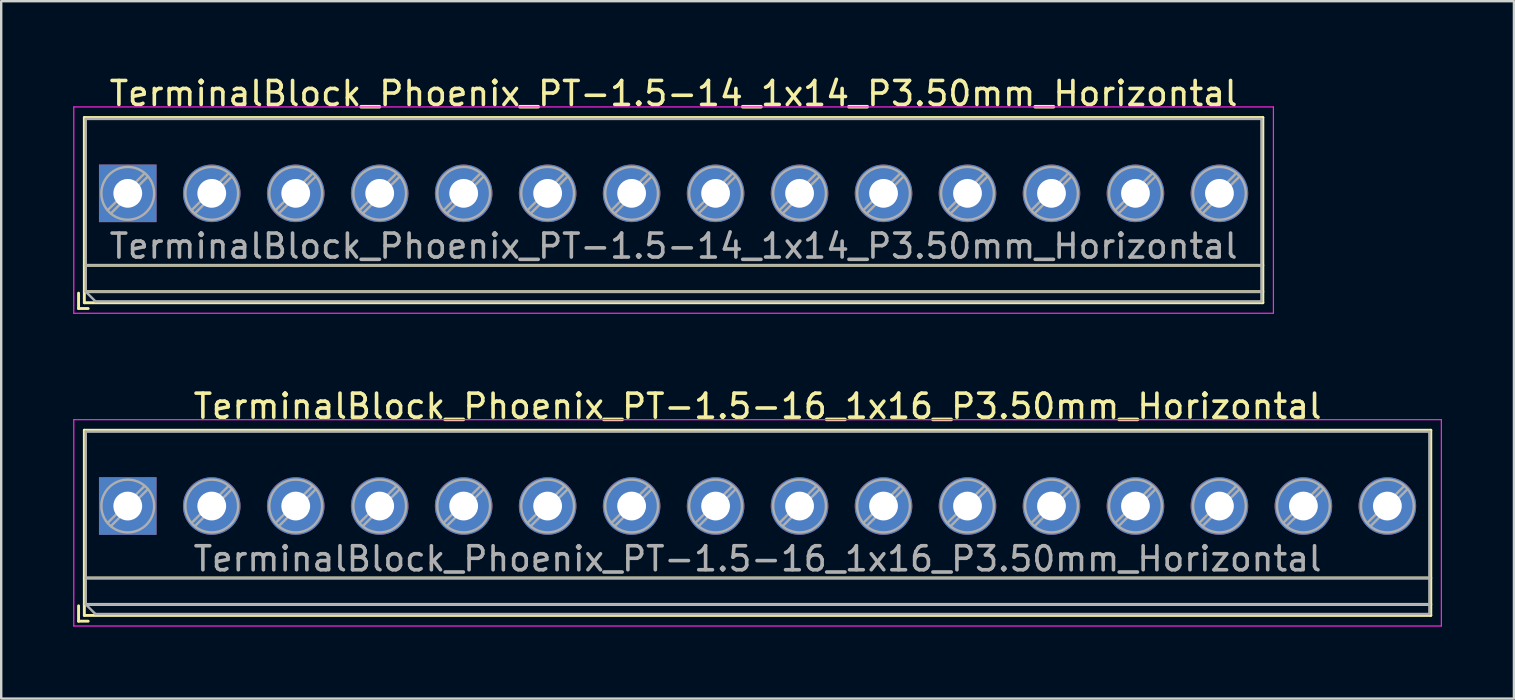
<source format=kicad_pcb>
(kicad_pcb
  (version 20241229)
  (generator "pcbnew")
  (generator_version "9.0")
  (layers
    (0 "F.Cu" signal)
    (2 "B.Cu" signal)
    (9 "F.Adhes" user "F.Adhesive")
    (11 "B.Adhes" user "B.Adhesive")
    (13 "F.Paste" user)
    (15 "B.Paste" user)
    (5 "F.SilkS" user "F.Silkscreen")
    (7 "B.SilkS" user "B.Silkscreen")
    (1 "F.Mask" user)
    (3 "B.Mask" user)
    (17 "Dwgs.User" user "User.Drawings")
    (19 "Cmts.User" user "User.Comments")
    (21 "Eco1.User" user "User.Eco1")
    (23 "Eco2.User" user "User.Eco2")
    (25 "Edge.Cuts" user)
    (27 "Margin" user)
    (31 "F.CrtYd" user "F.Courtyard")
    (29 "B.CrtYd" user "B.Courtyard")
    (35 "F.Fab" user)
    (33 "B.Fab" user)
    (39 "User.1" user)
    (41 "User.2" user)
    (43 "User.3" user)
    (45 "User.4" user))
  (footprint "TerminalBlock_Phoenix_PT-1.5-14_1x14_P3.50mm_Horizontal"
    (layer "F.Cu")
    (at 2.275 5.008)
    (property "Reference" "TerminalBlock_Phoenix_PT-1.5-14_1x14_P3.50mm_Horizontal" (at 22.75 -4.16 0) (layer "F.SilkS") (effects (font (size 1 1) (thickness 0.15))))
    (attr through_hole)
    (fp_line (start -2.05 4.16) (end -2.05 4.8) (stroke (width 0.12) (type solid)) (layer "F.SilkS"))
    (fp_line (start -2.05 4.8) (end -1.65 4.8) (stroke (width 0.12) (type solid)) (layer "F.SilkS"))
    (fp_line (start -1.81 -3.16) (end -1.81 4.56) (stroke (width 0.12) (type solid)) (layer "F.SilkS"))
    (fp_line (start -1.81 -3.16) (end 47.31 -3.16) (stroke (width 0.12) (type solid)) (layer "F.SilkS"))
    (fp_line (start -1.81 3) (end 47.31 3) (stroke (width 0.12) (type solid)) (layer "F.SilkS"))
    (fp_line (start -1.81 4.1) (end 47.31 4.1) (stroke (width 0.12) (type solid)) (layer "F.SilkS"))
    (fp_line (start -1.81 4.56) (end 47.31 4.56) (stroke (width 0.12) (type solid)) (layer "F.SilkS"))
    (fp_line (start 47.31 -3.16) (end 47.31 4.56) (stroke (width 0.12) (type solid)) (layer "F.SilkS"))
    (fp_line (start -2.25 -3.6) (end -2.25 5) (stroke (width 0.05) (type solid)) (layer "F.CrtYd"))
    (fp_line (start -2.25 5) (end 47.75 5) (stroke (width 0.05) (type solid)) (layer "F.CrtYd"))
    (fp_line (start 47.75 -3.6) (end -2.25 -3.6) (stroke (width 0.05) (type solid)) (layer "F.CrtYd"))
    (fp_line (start 47.75 5) (end 47.75 -3.6) (stroke (width 0.05) (type solid)) (layer "F.CrtYd"))
    (fp_line (start -1.75 -3.1) (end 47.25 -3.1) (stroke (width 0.1) (type solid)) (layer "F.Fab"))
    (fp_line (start -1.75 3) (end 47.25 3) (stroke (width 0.1) (type solid)) (layer "F.Fab"))
    (fp_line (start -1.75 4.1) (end -1.75 -3.1) (stroke (width 0.1) (type solid)) (layer "F.Fab"))
    (fp_line (start -1.75 4.1) (end 47.25 4.1) (stroke (width 0.1) (type solid)) (layer "F.Fab"))
    (fp_line (start -1.35 4.5) (end -1.75 4.1) (stroke (width 0.1) (type solid)) (layer "F.Fab"))
    (fp_line (start 0.701 -0.835) (end -0.835 0.7) (stroke (width 0.1) (type solid)) (layer "F.Fab"))
    (fp_line (start 0.835 -0.7) (end -0.701 0.835) (stroke (width 0.1) (type solid)) (layer "F.Fab"))
    (fp_line (start 4.201 -0.835) (end 2.666 0.7) (stroke (width 0.1) (type solid)) (layer "F.Fab"))
    (fp_line (start 4.335 -0.7) (end 2.8 0.835) (stroke (width 0.1) (type solid)) (layer "F.Fab"))
    (fp_line (start 7.701 -0.835) (end 6.166 0.7) (stroke (width 0.1) (type solid)) (layer "F.Fab"))
    (fp_line (start 7.835 -0.7) (end 6.3 0.835) (stroke (width 0.1) (type solid)) (layer "F.Fab"))
    (fp_line (start 11.201 -0.835) (end 9.666 0.7) (stroke (width 0.1) (type solid)) (layer "F.Fab"))
    (fp_line (start 11.335 -0.7) (end 9.8 0.835) (stroke (width 0.1) (type solid)) (layer "F.Fab"))
    (fp_line (start 14.701 -0.835) (end 13.166 0.7) (stroke (width 0.1) (type solid)) (layer "F.Fab"))
    (fp_line (start 14.835 -0.7) (end 13.3 0.835) (stroke (width 0.1) (type solid)) (layer "F.Fab"))
    (fp_line (start 18.201 -0.835) (end 16.666 0.7) (stroke (width 0.1) (type solid)) (layer "F.Fab"))
    (fp_line (start 18.335 -0.7) (end 16.8 0.835) (stroke (width 0.1) (type solid)) (layer "F.Fab"))
    (fp_line (start 21.701 -0.835) (end 20.166 0.7) (stroke (width 0.1) (type solid)) (layer "F.Fab"))
    (fp_line (start 21.835 -0.7) (end 20.3 0.835) (stroke (width 0.1) (type solid)) (layer "F.Fab"))
    (fp_line (start 25.201 -0.835) (end 23.666 0.7) (stroke (width 0.1) (type solid)) (layer "F.Fab"))
    (fp_line (start 25.335 -0.7) (end 23.8 0.835) (stroke (width 0.1) (type solid)) (layer "F.Fab"))
    (fp_line (start 28.701 -0.835) (end 27.166 0.7) (stroke (width 0.1) (type solid)) (layer "F.Fab"))
    (fp_line (start 28.835 -0.7) (end 27.3 0.835) (stroke (width 0.1) (type solid)) (layer "F.Fab"))
    (fp_line (start 32.201 -0.835) (end 30.666 0.7) (stroke (width 0.1) (type solid)) (layer "F.Fab"))
    (fp_line (start 32.335 -0.7) (end 30.8 0.835) (stroke (width 0.1) (type solid)) (layer "F.Fab"))
    (fp_line (start 35.701 -0.835) (end 34.166 0.7) (stroke (width 0.1) (type solid)) (layer "F.Fab"))
    (fp_line (start 35.835 -0.7) (end 34.3 0.835) (stroke (width 0.1) (type solid)) (layer "F.Fab"))
    (fp_line (start 39.201 -0.835) (end 37.666 0.7) (stroke (width 0.1) (type solid)) (layer "F.Fab"))
    (fp_line (start 39.335 -0.7) (end 37.8 0.835) (stroke (width 0.1) (type solid)) (layer "F.Fab"))
    (fp_line (start 42.701 -0.835) (end 41.166 0.7) (stroke (width 0.1) (type solid)) (layer "F.Fab"))
    (fp_line (start 42.835 -0.7) (end 41.3 0.835) (stroke (width 0.1) (type solid)) (layer "F.Fab"))
    (fp_line (start 46.201 -0.835) (end 44.666 0.7) (stroke (width 0.1) (type solid)) (layer "F.Fab"))
    (fp_line (start 46.335 -0.7) (end 44.8 0.835) (stroke (width 0.1) (type solid)) (layer "F.Fab"))
    (fp_line (start 47.25 -3.1) (end 47.25 4.5) (stroke (width 0.1) (type solid)) (layer "F.Fab"))
    (fp_line (start 47.25 4.5) (end -1.35 4.5) (stroke (width 0.1) (type solid)) (layer "F.Fab"))
    (fp_circle (center 0 0) (end 1.1 0) (stroke (width 0.1) (type solid)) (fill no) (layer "F.Fab"))
    (fp_circle (center 3.5 0) (end 4.6 0) (stroke (width 0.1) (type solid)) (fill no) (layer "F.Fab"))
    (fp_circle (center 7 0) (end 8.1 0) (stroke (width 0.1) (type solid)) (fill no) (layer "F.Fab"))
    (fp_circle (center 10.5 0) (end 11.6 0) (stroke (width 0.1) (type solid)) (fill no) (layer "F.Fab"))
    (fp_circle (center 14 0) (end 15.1 0) (stroke (width 0.1) (type solid)) (fill no) (layer "F.Fab"))
    (fp_circle (center 17.5 0) (end 18.6 0) (stroke (width 0.1) (type solid)) (fill no) (layer "F.Fab"))
    (fp_circle (center 21 0) (end 22.1 0) (stroke (width 0.1) (type solid)) (fill no) (layer "F.Fab"))
    (fp_circle (center 24.5 0) (end 25.6 0) (stroke (width 0.1) (type solid)) (fill no) (layer "F.Fab"))
    (fp_circle (center 28 0) (end 29.1 0) (stroke (width 0.1) (type solid)) (fill no) (layer "F.Fab"))
    (fp_circle (center 31.5 0) (end 32.6 0) (stroke (width 0.1) (type solid)) (fill no) (layer "F.Fab"))
    (fp_circle (center 35 0) (end 36.1 0) (stroke (width 0.1) (type solid)) (fill no) (layer "F.Fab"))
    (fp_circle (center 38.5 0) (end 39.6 0) (stroke (width 0.1) (type solid)) (fill no) (layer "F.Fab"))
    (fp_circle (center 42 0) (end 43.1 0) (stroke (width 0.1) (type solid)) (fill no) (layer "F.Fab"))
    (fp_circle (center 45.5 0) (end 46.6 0) (stroke (width 0.1) (type solid)) (fill no) (layer "F.Fab"))
    (fp_text user "${REFERENCE}" (at 22.75 2.2 0) (layer "F.Fab") (effects (font (size 1 1) (thickness 0.15))))
    (pad "1" thru_hole rect (at 0 0) (size 2.4 2.4) (drill 1.2) (layers "*.Cu" "*.Mask"))
    (pad "2" thru_hole circle (at 3.5 0) (size 2.4 2.4) (drill 1.2) (layers "*.Cu" "*.Mask"))
    (pad "3" thru_hole circle (at 7 0) (size 2.4 2.4) (drill 1.2) (layers "*.Cu" "*.Mask"))
    (pad "4" thru_hole circle (at 10.5 0) (size 2.4 2.4) (drill 1.2) (layers "*.Cu" "*.Mask"))
    (pad "5" thru_hole circle (at 14 0) (size 2.4 2.4) (drill 1.2) (layers "*.Cu" "*.Mask"))
    (pad "6" thru_hole circle (at 17.5 0) (size 2.4 2.4) (drill 1.2) (layers "*.Cu" "*.Mask"))
    (pad "7" thru_hole circle (at 21 0) (size 2.4 2.4) (drill 1.2) (layers "*.Cu" "*.Mask"))
    (pad "8" thru_hole circle (at 24.5 0) (size 2.4 2.4) (drill 1.2) (layers "*.Cu" "*.Mask"))
    (pad "9" thru_hole circle (at 28 0) (size 2.4 2.4) (drill 1.2) (layers "*.Cu" "*.Mask"))
    (pad "10" thru_hole circle (at 31.5 0) (size 2.4 2.4) (drill 1.2) (layers "*.Cu" "*.Mask"))
    (pad "11" thru_hole circle (at 35 0) (size 2.4 2.4) (drill 1.2) (layers "*.Cu" "*.Mask"))
    (pad "12" thru_hole circle (at 38.5 0) (size 2.4 2.4) (drill 1.2) (layers "*.Cu" "*.Mask"))
    (pad "13" thru_hole circle (at 42 0) (size 2.4 2.4) (drill 1.2) (layers "*.Cu" "*.Mask"))
    (pad "14" thru_hole circle (at 45.5 0) (size 2.4 2.4) (drill 1.2) (layers "*.Cu" "*.Mask")))
  (footprint "TerminalBlock_Phoenix_PT-1.5-16_1x16_P3.50mm_Horizontal"
    (layer "F.Cu")
    (at 2.275 18.041)
    (property "Reference" "TerminalBlock_Phoenix_PT-1.5-16_1x16_P3.50mm_Horizontal" (at 26.25 -4.16 0) (layer "F.SilkS") (effects (font (size 1 1) (thickness 0.15))))
    (attr through_hole)
    (fp_line (start -2.05 4.16) (end -2.05 4.8) (stroke (width 0.12) (type solid)) (layer "F.SilkS"))
    (fp_line (start -2.05 4.8) (end -1.65 4.8) (stroke (width 0.12) (type solid)) (layer "F.SilkS"))
    (fp_line (start -1.81 -3.16) (end -1.81 4.56) (stroke (width 0.12) (type solid)) (layer "F.SilkS"))
    (fp_line (start -1.81 -3.16) (end 54.31 -3.16) (stroke (width 0.12) (type solid)) (layer "F.SilkS"))
    (fp_line (start -1.81 3) (end 54.31 3) (stroke (width 0.12) (type solid)) (layer "F.SilkS"))
    (fp_line (start -1.81 4.1) (end 54.31 4.1) (stroke (width 0.12) (type solid)) (layer "F.SilkS"))
    (fp_line (start -1.81 4.56) (end 54.31 4.56) (stroke (width 0.12) (type solid)) (layer "F.SilkS"))
    (fp_line (start 54.31 -3.16) (end 54.31 4.56) (stroke (width 0.12) (type solid)) (layer "F.SilkS"))
    (fp_line (start -2.25 -3.6) (end -2.25 5) (stroke (width 0.05) (type solid)) (layer "F.CrtYd"))
    (fp_line (start -2.25 5) (end 54.75 5) (stroke (width 0.05) (type solid)) (layer "F.CrtYd"))
    (fp_line (start 54.75 -3.6) (end -2.25 -3.6) (stroke (width 0.05) (type solid)) (layer "F.CrtYd"))
    (fp_line (start 54.75 5) (end 54.75 -3.6) (stroke (width 0.05) (type solid)) (layer "F.CrtYd"))
    (fp_line (start -1.75 -3.1) (end 54.25 -3.1) (stroke (width 0.1) (type solid)) (layer "F.Fab"))
    (fp_line (start -1.75 3) (end 54.25 3) (stroke (width 0.1) (type solid)) (layer "F.Fab"))
    (fp_line (start -1.75 4.1) (end -1.75 -3.1) (stroke (width 0.1) (type solid)) (layer "F.Fab"))
    (fp_line (start -1.75 4.1) (end 54.25 4.1) (stroke (width 0.1) (type solid)) (layer "F.Fab"))
    (fp_line (start -1.35 4.5) (end -1.75 4.1) (stroke (width 0.1) (type solid)) (layer "F.Fab"))
    (fp_line (start 0.701 -0.835) (end -0.835 0.7) (stroke (width 0.1) (type solid)) (layer "F.Fab"))
    (fp_line (start 0.835 -0.7) (end -0.701 0.835) (stroke (width 0.1) (type solid)) (layer "F.Fab"))
    (fp_line (start 4.201 -0.835) (end 2.666 0.7) (stroke (width 0.1) (type solid)) (layer "F.Fab"))
    (fp_line (start 4.335 -0.7) (end 2.8 0.835) (stroke (width 0.1) (type solid)) (layer "F.Fab"))
    (fp_line (start 7.701 -0.835) (end 6.166 0.7) (stroke (width 0.1) (type solid)) (layer "F.Fab"))
    (fp_line (start 7.835 -0.7) (end 6.3 0.835) (stroke (width 0.1) (type solid)) (layer "F.Fab"))
    (fp_line (start 11.201 -0.835) (end 9.666 0.7) (stroke (width 0.1) (type solid)) (layer "F.Fab"))
    (fp_line (start 11.335 -0.7) (end 9.8 0.835) (stroke (width 0.1) (type solid)) (layer "F.Fab"))
    (fp_line (start 14.701 -0.835) (end 13.166 0.7) (stroke (width 0.1) (type solid)) (layer "F.Fab"))
    (fp_line (start 14.835 -0.7) (end 13.3 0.835) (stroke (width 0.1) (type solid)) (layer "F.Fab"))
    (fp_line (start 18.201 -0.835) (end 16.666 0.7) (stroke (width 0.1) (type solid)) (layer "F.Fab"))
    (fp_line (start 18.335 -0.7) (end 16.8 0.835) (stroke (width 0.1) (type solid)) (layer "F.Fab"))
    (fp_line (start 21.701 -0.835) (end 20.166 0.7) (stroke (width 0.1) (type solid)) (layer "F.Fab"))
    (fp_line (start 21.835 -0.7) (end 20.3 0.835) (stroke (width 0.1) (type solid)) (layer "F.Fab"))
    (fp_line (start 25.201 -0.835) (end 23.666 0.7) (stroke (width 0.1) (type solid)) (layer "F.Fab"))
    (fp_line (start 25.335 -0.7) (end 23.8 0.835) (stroke (width 0.1) (type solid)) (layer "F.Fab"))
    (fp_line (start 28.701 -0.835) (end 27.166 0.7) (stroke (width 0.1) (type solid)) (layer "F.Fab"))
    (fp_line (start 28.835 -0.7) (end 27.3 0.835) (stroke (width 0.1) (type solid)) (layer "F.Fab"))
    (fp_line (start 32.201 -0.835) (end 30.666 0.7) (stroke (width 0.1) (type solid)) (layer "F.Fab"))
    (fp_line (start 32.335 -0.7) (end 30.8 0.835) (stroke (width 0.1) (type solid)) (layer "F.Fab"))
    (fp_line (start 35.701 -0.835) (end 34.166 0.7) (stroke (width 0.1) (type solid)) (layer "F.Fab"))
    (fp_line (start 35.835 -0.7) (end 34.3 0.835) (stroke (width 0.1) (type solid)) (layer "F.Fab"))
    (fp_line (start 39.201 -0.835) (end 37.666 0.7) (stroke (width 0.1) (type solid)) (layer "F.Fab"))
    (fp_line (start 39.335 -0.7) (end 37.8 0.835) (stroke (width 0.1) (type solid)) (layer "F.Fab"))
    (fp_line (start 42.701 -0.835) (end 41.166 0.7) (stroke (width 0.1) (type solid)) (layer "F.Fab"))
    (fp_line (start 42.835 -0.7) (end 41.3 0.835) (stroke (width 0.1) (type solid)) (layer "F.Fab"))
    (fp_line (start 46.201 -0.835) (end 44.666 0.7) (stroke (width 0.1) (type solid)) (layer "F.Fab"))
    (fp_line (start 46.335 -0.7) (end 44.8 0.835) (stroke (width 0.1) (type solid)) (layer "F.Fab"))
    (fp_line (start 49.701 -0.835) (end 48.166 0.7) (stroke (width 0.1) (type solid)) (layer "F.Fab"))
    (fp_line (start 49.835 -0.7) (end 48.3 0.835) (stroke (width 0.1) (type solid)) (layer "F.Fab"))
    (fp_line (start 53.201 -0.835) (end 51.666 0.7) (stroke (width 0.1) (type solid)) (layer "F.Fab"))
    (fp_line (start 53.335 -0.7) (end 51.8 0.835) (stroke (width 0.1) (type solid)) (layer "F.Fab"))
    (fp_line (start 54.25 -3.1) (end 54.25 4.5) (stroke (width 0.1) (type solid)) (layer "F.Fab"))
    (fp_line (start 54.25 4.5) (end -1.35 4.5) (stroke (width 0.1) (type solid)) (layer "F.Fab"))
    (fp_circle (center 0 0) (end 1.1 0) (stroke (width 0.1) (type solid)) (fill no) (layer "F.Fab"))
    (fp_circle (center 3.5 0) (end 4.6 0) (stroke (width 0.1) (type solid)) (fill no) (layer "F.Fab"))
    (fp_circle (center 7 0) (end 8.1 0) (stroke (width 0.1) (type solid)) (fill no) (layer "F.Fab"))
    (fp_circle (center 10.5 0) (end 11.6 0) (stroke (width 0.1) (type solid)) (fill no) (layer "F.Fab"))
    (fp_circle (center 14 0) (end 15.1 0) (stroke (width 0.1) (type solid)) (fill no) (layer "F.Fab"))
    (fp_circle (center 17.5 0) (end 18.6 0) (stroke (width 0.1) (type solid)) (fill no) (layer "F.Fab"))
    (fp_circle (center 21 0) (end 22.1 0) (stroke (width 0.1) (type solid)) (fill no) (layer "F.Fab"))
    (fp_circle (center 24.5 0) (end 25.6 0) (stroke (width 0.1) (type solid)) (fill no) (layer "F.Fab"))
    (fp_circle (center 28 0) (end 29.1 0) (stroke (width 0.1) (type solid)) (fill no) (layer "F.Fab"))
    (fp_circle (center 31.5 0) (end 32.6 0) (stroke (width 0.1) (type solid)) (fill no) (layer "F.Fab"))
    (fp_circle (center 35 0) (end 36.1 0) (stroke (width 0.1) (type solid)) (fill no) (layer "F.Fab"))
    (fp_circle (center 38.5 0) (end 39.6 0) (stroke (width 0.1) (type solid)) (fill no) (layer "F.Fab"))
    (fp_circle (center 42 0) (end 43.1 0) (stroke (width 0.1) (type solid)) (fill no) (layer "F.Fab"))
    (fp_circle (center 45.5 0) (end 46.6 0) (stroke (width 0.1) (type solid)) (fill no) (layer "F.Fab"))
    (fp_circle (center 49 0) (end 50.1 0) (stroke (width 0.1) (type solid)) (fill no) (layer "F.Fab"))
    (fp_circle (center 52.5 0) (end 53.6 0) (stroke (width 0.1) (type solid)) (fill no) (layer "F.Fab"))
    (fp_text user "${REFERENCE}" (at 26.25 2.2 0) (layer "F.Fab") (effects (font (size 1 1) (thickness 0.15))))
    (pad "1" thru_hole rect (at 0 0) (size 2.4 2.4) (drill 1.2) (layers "*.Cu" "*.Mask"))
    (pad "2" thru_hole circle (at 3.5 0) (size 2.4 2.4) (drill 1.2) (layers "*.Cu" "*.Mask"))
    (pad "3" thru_hole circle (at 7 0) (size 2.4 2.4) (drill 1.2) (layers "*.Cu" "*.Mask"))
    (pad "4" thru_hole circle (at 10.5 0) (size 2.4 2.4) (drill 1.2) (layers "*.Cu" "*.Mask"))
    (pad "5" thru_hole circle (at 14 0) (size 2.4 2.4) (drill 1.2) (layers "*.Cu" "*.Mask"))
    (pad "6" thru_hole circle (at 17.5 0) (size 2.4 2.4) (drill 1.2) (layers "*.Cu" "*.Mask"))
    (pad "7" thru_hole circle (at 21 0) (size 2.4 2.4) (drill 1.2) (layers "*.Cu" "*.Mask"))
    (pad "8" thru_hole circle (at 24.5 0) (size 2.4 2.4) (drill 1.2) (layers "*.Cu" "*.Mask"))
    (pad "9" thru_hole circle (at 28 0) (size 2.4 2.4) (drill 1.2) (layers "*.Cu" "*.Mask"))
    (pad "10" thru_hole circle (at 31.5 0) (size 2.4 2.4) (drill 1.2) (layers "*.Cu" "*.Mask"))
    (pad "11" thru_hole circle (at 35 0) (size 2.4 2.4) (drill 1.2) (layers "*.Cu" "*.Mask"))
    (pad "12" thru_hole circle (at 38.5 0) (size 2.4 2.4) (drill 1.2) (layers "*.Cu" "*.Mask"))
    (pad "13" thru_hole circle (at 42 0) (size 2.4 2.4) (drill 1.2) (layers "*.Cu" "*.Mask"))
    (pad "14" thru_hole circle (at 45.5 0) (size 2.4 2.4) (drill 1.2) (layers "*.Cu" "*.Mask"))
    (pad "15" thru_hole circle (at 49 0) (size 2.4 2.4) (drill 1.2) (layers "*.Cu" "*.Mask"))
    (pad "16" thru_hole circle (at 52.5 0) (size 2.4 2.4) (drill 1.2) (layers "*.Cu" "*.Mask")))
  (gr_rect
    (start -3 -3)
    (end 60.05 26.067)
    (stroke (width 0.1) (type default))
    (fill no)
    (layer "Edge.Cuts")))
</source>
